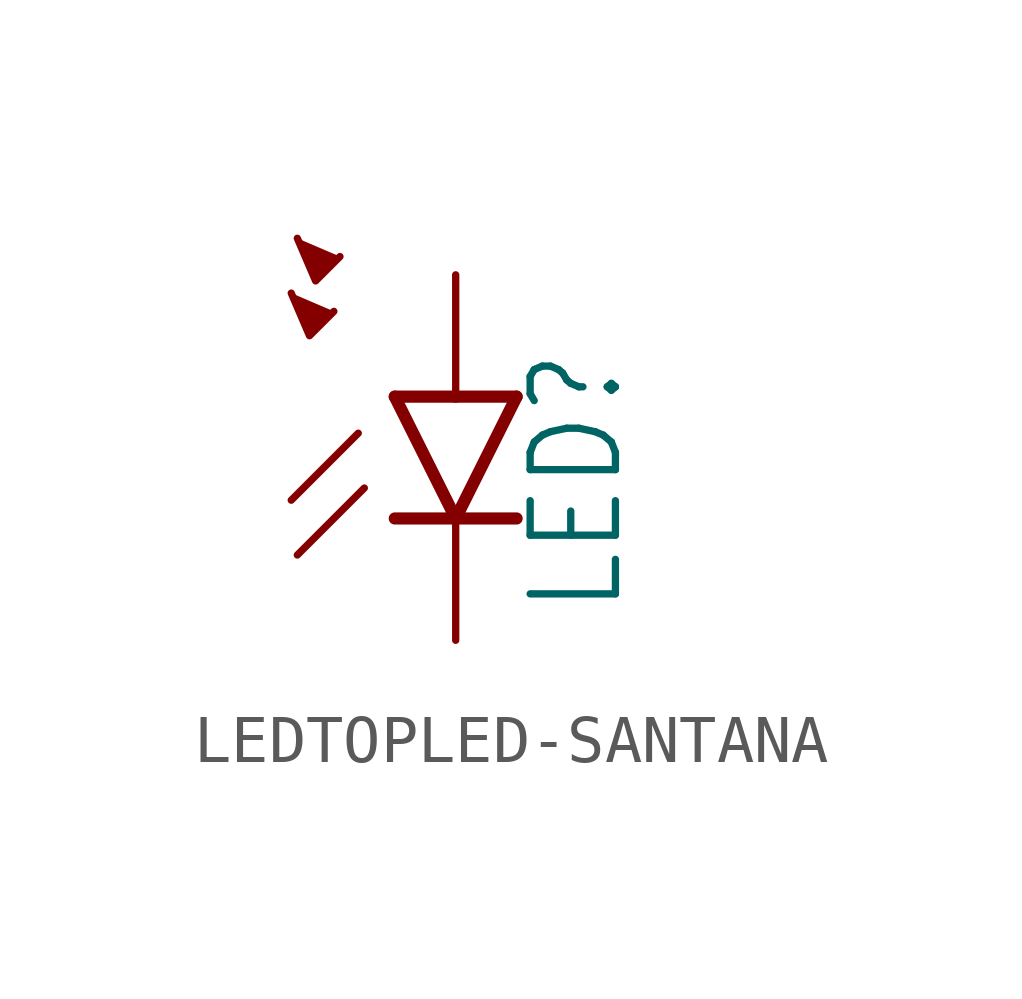
<source format=kicad_sym>
(kicad_symbol_lib
  (version 20241209)
  (generator "kicad_symbol_editor")
  (generator_version "9.0")
  (symbol "LEDTOPLED-SANTANA"
    (property "Reference" "LED"
      (at 3.556 -4.572 90)
      (effects (font (size 1.778 1.511)) (justify left bottom)))
    (property "Value" ""
      (at 5.715 -4.572 90)
      (effects (font (size 1.778 1.511)) (justify left bottom)))
    (property "ki_locked" ""
      (at 0 0 0)
      (effects (font (size 1.27 1.27))))
    (symbol "LEDTOPLED-SANTANA_1_0"
      (polyline (pts (xy -3.429 2.159) (xy -3.048 1.27) (xy -2.54 1.778)) (stroke (width 0.152) (type solid)) (fill (type outline)))
      (polyline (pts (xy -3.302 3.302) (xy -2.921 2.413) (xy -2.413 2.921)) (stroke (width 0.152) (type solid)) (fill (type outline)))
      (polyline (pts (xy -2.032 -0.762) (xy -3.429 -2.159)) (stroke (width 0.152) (type solid)) (fill (type none)))
      (polyline (pts (xy -1.905 -1.905) (xy -3.302 -3.302)) (stroke (width 0.152) (type solid)) (fill (type none)))
      (polyline (pts (xy 0 0) (xy -1.27 0)) (stroke (width 0.254) (type solid)) (fill (type none)))
      (polyline (pts (xy 0 -2.54) (xy -1.27 0)) (stroke (width 0.254) (type solid)) (fill (type none)))
      (polyline (pts (xy 0 -2.54) (xy -1.27 -2.54)) (stroke (width 0.254) (type solid)) (fill (type none)))
      (polyline (pts (xy 1.27 0) (xy 0 0)) (stroke (width 0.254) (type solid)) (fill (type none)))
      (polyline (pts (xy 1.27 0) (xy 0 -2.54)) (stroke (width 0.254) (type solid)) (fill (type none)))
      (polyline (pts (xy 1.27 -2.54) (xy 0 -2.54)) (stroke (width 0.254) (type solid)) (fill (type none)))
      (pin passive line (at 0 2.54 270) (length 2.54) (name "A" (effects (font (size 0 0)))) (number "A" (effects (font (size 0 0)))))
      (pin passive line (at 0 -5.08 90) (length 2.54) (name "C" (effects (font (size 0 0)))) (number "C" (effects (font (size 0 0))))))))
</source>
